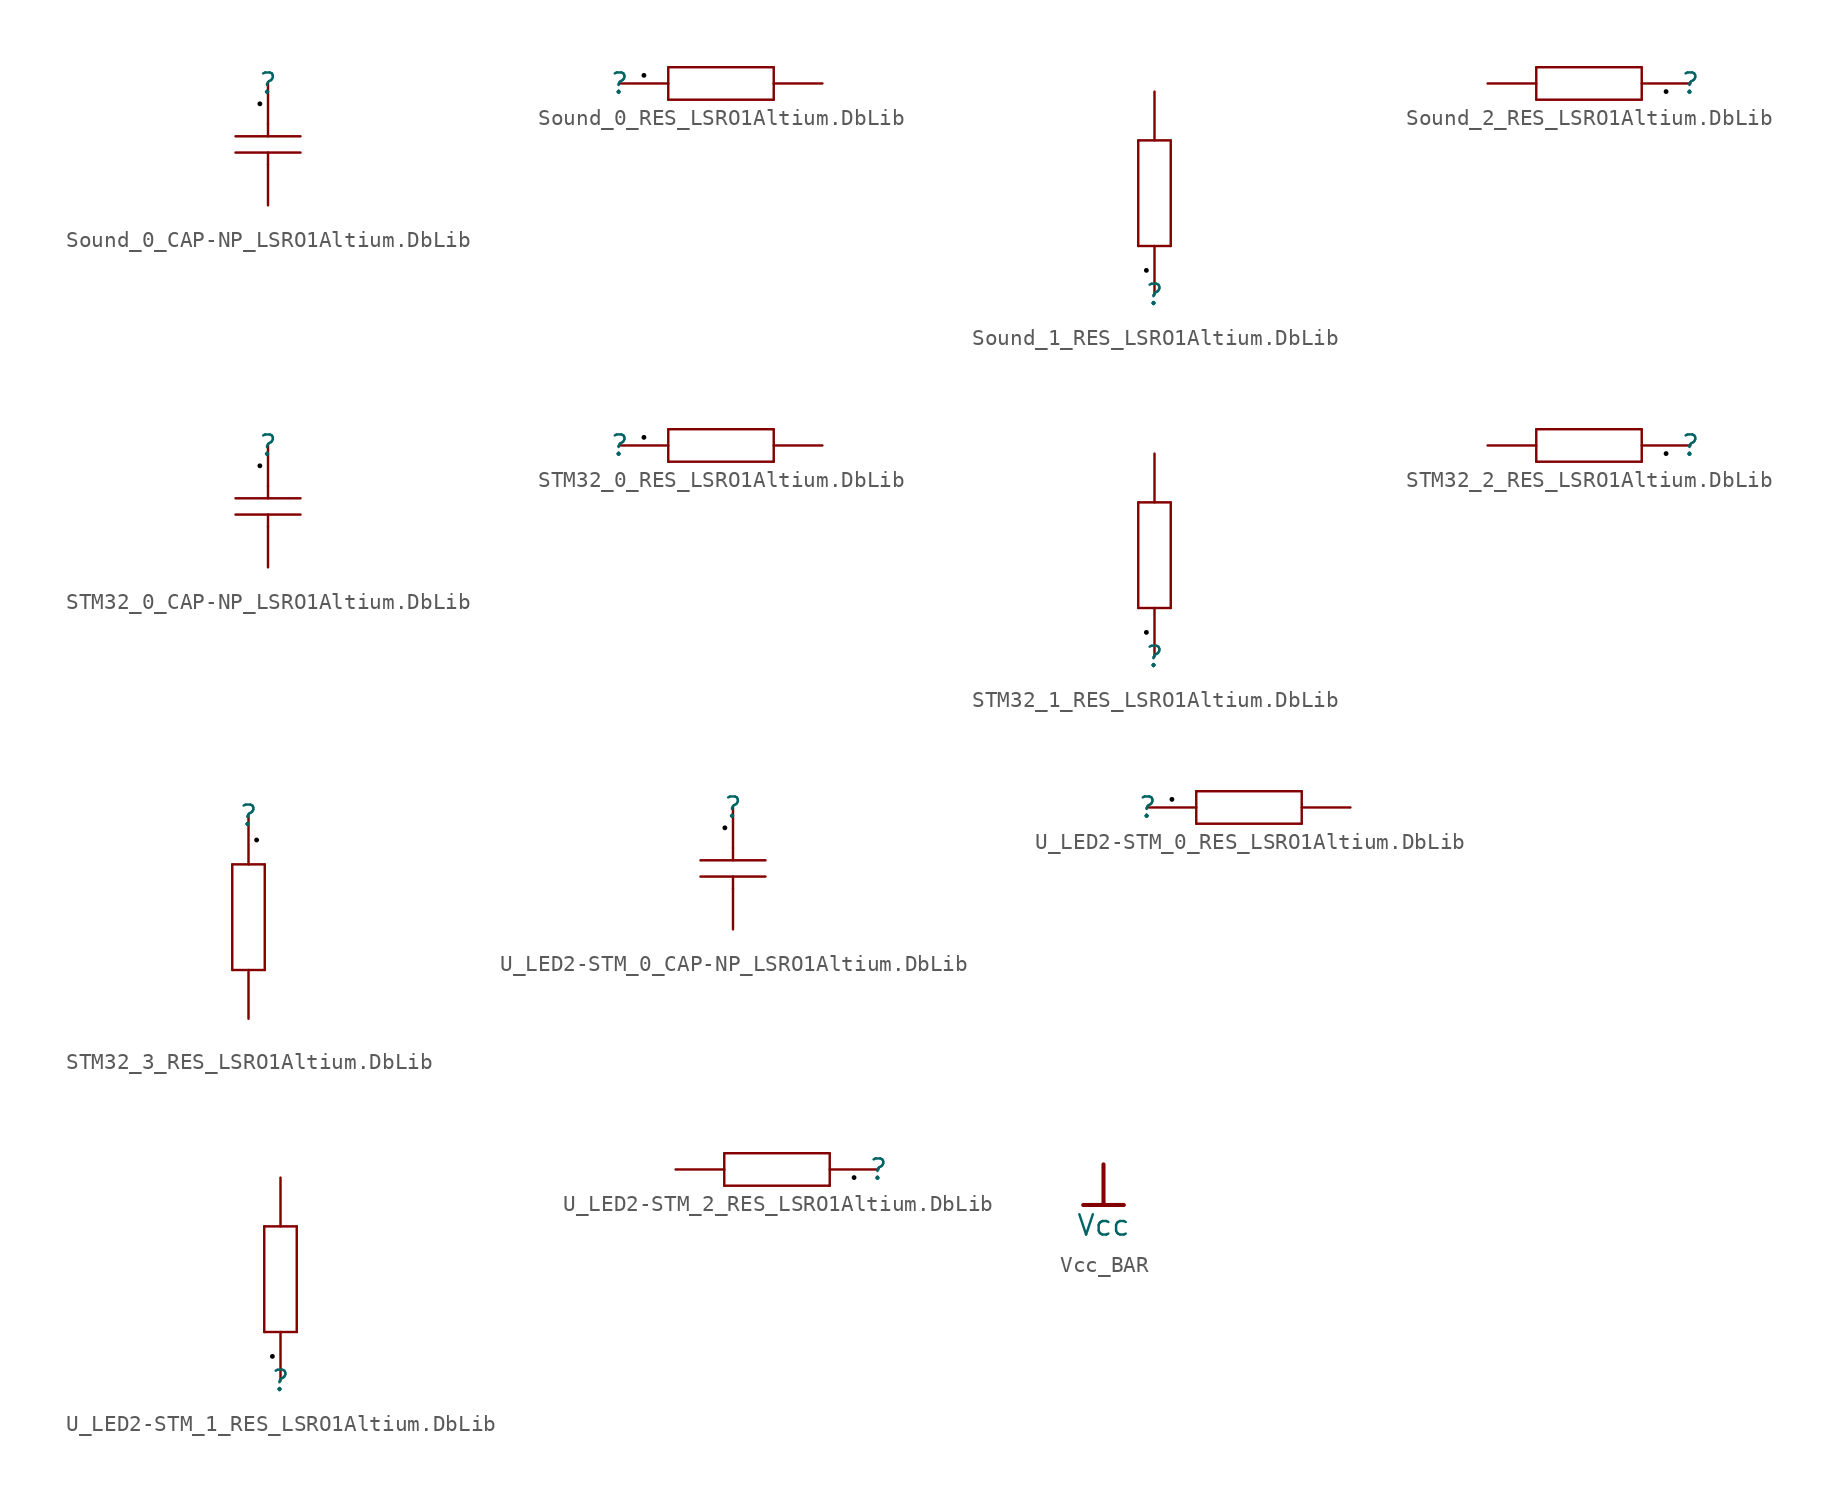
<source format=kicad_sym>
(kicad_symbol_lib
  (version 20241209)
  (generator "kicad_symbol_editor")
  (generator_version "9.0")
  (symbol "Sound_0_CAP-NP_LSRO1Altium.DbLib"
    (pin_numbers
      (hide yes))
    (pin_names
      (hide yes))
    (property "Reference" ""
      (at 0 0 0)
      (effects (font (size 1.27 1.27))))
    (property "Value" ""
      (at 0 0 0)
      (effects (font (size 1.27 1.27))))
    (symbol "Sound_0_CAP-NP_LSRO1Altium.DbLib_1_0"
      (polyline (pts (xy -2.032 -3.302) (xy 2.032 -3.302)) (stroke (width 0) (type solid)) (fill (type none)))
      (circle (center -0.508 -1.27) (radius 0.152) (stroke (width -0.0001) (type solid) (color 0 0 0 1)) (fill (type outline)))
      (polyline (pts (xy 0 -2.54) (xy 0 -3.302)) (stroke (width 0) (type solid)) (fill (type none)))
      (polyline (pts (xy 0 -5.08) (xy 0 -4.318)) (stroke (width 0) (type solid)) (fill (type none)))
      (polyline (pts (xy 2.032 -4.318) (xy -2.032 -4.318)) (stroke (width 0) (type solid)) (fill (type none)))
      (pin passive line (at 0 0 270) (length 2.54) (name "1" (effects (font (size 1.27 1.27)))) (number "1" (effects (font (size 1.27 1.27)))))
      (pin passive line (at 0 -7.62 90) (length 2.54) (name "2" (effects (font (size 1.27 1.27)))) (number "2" (effects (font (size 1.27 1.27)))))))
  (symbol "Sound_0_RES_LSRO1Altium.DbLib"
    (pin_numbers
      (hide yes))
    (pin_names
      (hide yes))
    (property "Reference" ""
      (at 0 0 0)
      (effects (font (size 1.27 1.27))))
    (property "Value" ""
      (at 0 0 0)
      (effects (font (size 1.27 1.27))))
    (symbol "Sound_0_RES_LSRO1Altium.DbLib_1_0"
      (circle (center 1.524 0.508) (radius 0.152) (stroke (width -0.0001) (type solid) (color 0 0 0 1)) (fill (type outline)))
      (polyline (pts (xy 3.048 1.016) (xy 3.048 -1.016)) (stroke (width 0) (type solid)) (fill (type none)))
      (polyline (pts (xy 3.048 1.016) (xy 9.652 1.016)) (stroke (width 0) (type solid)) (fill (type none)))
      (polyline (pts (xy 3.048 -1.016) (xy 9.652 -1.016)) (stroke (width 0) (type solid)) (fill (type none)))
      (polyline (pts (xy 9.652 1.016) (xy 9.652 -1.016)) (stroke (width 0) (type solid)) (fill (type none)))
      (pin passive line (at 0 0 0) (length 3.048) (name "1" (effects (font (size 1.27 1.27)))) (number "1" (effects (font (size 1.27 1.27)))))
      (pin passive line (at 12.7 0 180) (length 3.048) (name "2" (effects (font (size 1.27 1.27)))) (number "2" (effects (font (size 1.27 1.27)))))))
  (symbol "Sound_1_RES_LSRO1Altium.DbLib"
    (pin_numbers
      (hide yes))
    (pin_names
      (hide yes))
    (property "Reference" ""
      (at 0 0 0)
      (effects (font (size 1.27 1.27))))
    (property "Value" ""
      (at 0 0 0)
      (effects (font (size 1.27 1.27))))
    (symbol "Sound_1_RES_LSRO1Altium.DbLib_1_0"
      (polyline (pts (xy -1.016 9.652) (xy 1.016 9.652)) (stroke (width 0) (type solid)) (fill (type none)))
      (polyline (pts (xy -1.016 3.048) (xy -1.016 9.652)) (stroke (width 0) (type solid)) (fill (type none)))
      (polyline (pts (xy -1.016 3.048) (xy 1.016 3.048)) (stroke (width 0) (type solid)) (fill (type none)))
      (circle (center -0.508 1.524) (radius 0.152) (stroke (width -0.0001) (type solid) (color 0 0 0 1)) (fill (type outline)))
      (polyline (pts (xy 1.016 3.048) (xy 1.016 9.652)) (stroke (width 0) (type solid)) (fill (type none)))
      (pin passive line (at 0 12.7 270) (length 3.048) (name "2" (effects (font (size 1.27 1.27)))) (number "2" (effects (font (size 1.27 1.27)))))
      (pin passive line (at 0 0 90) (length 3.048) (name "1" (effects (font (size 1.27 1.27)))) (number "1" (effects (font (size 1.27 1.27)))))))
  (symbol "Sound_2_RES_LSRO1Altium.DbLib"
    (pin_numbers
      (hide yes))
    (pin_names
      (hide yes))
    (property "Reference" ""
      (at 0 0 0)
      (effects (font (size 1.27 1.27))))
    (property "Value" ""
      (at 0 0 0)
      (effects (font (size 1.27 1.27))))
    (symbol "Sound_2_RES_LSRO1Altium.DbLib_1_0"
      (polyline (pts (xy -9.652 -1.016) (xy -9.652 1.016)) (stroke (width 0) (type solid)) (fill (type none)))
      (polyline (pts (xy -3.048 1.016) (xy -9.652 1.016)) (stroke (width 0) (type solid)) (fill (type none)))
      (polyline (pts (xy -3.048 -1.016) (xy -9.652 -1.016)) (stroke (width 0) (type solid)) (fill (type none)))
      (polyline (pts (xy -3.048 -1.016) (xy -3.048 1.016)) (stroke (width 0) (type solid)) (fill (type none)))
      (circle (center -1.524 -0.508) (radius 0.152) (stroke (width -0.0001) (type solid) (color 0 0 0 1)) (fill (type outline)))
      (pin passive line (at -12.7 0 0) (length 3.048) (name "2" (effects (font (size 1.27 1.27)))) (number "2" (effects (font (size 1.27 1.27)))))
      (pin passive line (at 0 0 180) (length 3.048) (name "1" (effects (font (size 1.27 1.27)))) (number "1" (effects (font (size 1.27 1.27)))))))
  (symbol "STM32_0_CAP-NP_LSRO1Altium.DbLib"
    (pin_numbers
      (hide yes))
    (pin_names
      (hide yes))
    (property "Reference" ""
      (at 0 0 0)
      (effects (font (size 1.27 1.27))))
    (property "Value" ""
      (at 0 0 0)
      (effects (font (size 1.27 1.27))))
    (symbol "STM32_0_CAP-NP_LSRO1Altium.DbLib_1_0"
      (polyline (pts (xy -2.032 -3.302) (xy 2.032 -3.302)) (stroke (width 0) (type solid)) (fill (type none)))
      (circle (center -0.508 -1.27) (radius 0.152) (stroke (width -0.0001) (type solid) (color 0 0 0 1)) (fill (type outline)))
      (polyline (pts (xy 0 -2.54) (xy 0 -3.302)) (stroke (width 0) (type solid)) (fill (type none)))
      (polyline (pts (xy 0 -5.08) (xy 0 -4.318)) (stroke (width 0) (type solid)) (fill (type none)))
      (polyline (pts (xy 2.032 -4.318) (xy -2.032 -4.318)) (stroke (width 0) (type solid)) (fill (type none)))
      (pin passive line (at 0 0 270) (length 2.54) (name "1" (effects (font (size 1.27 1.27)))) (number "1" (effects (font (size 1.27 1.27)))))
      (pin passive line (at 0 -7.62 90) (length 2.54) (name "2" (effects (font (size 1.27 1.27)))) (number "2" (effects (font (size 1.27 1.27)))))))
  (symbol "STM32_0_RES_LSRO1Altium.DbLib"
    (pin_numbers
      (hide yes))
    (pin_names
      (hide yes))
    (property "Reference" ""
      (at 0 0 0)
      (effects (font (size 1.27 1.27))))
    (property "Value" ""
      (at 0 0 0)
      (effects (font (size 1.27 1.27))))
    (symbol "STM32_0_RES_LSRO1Altium.DbLib_1_0"
      (circle (center 1.524 0.508) (radius 0.152) (stroke (width -0.0001) (type solid) (color 0 0 0 1)) (fill (type outline)))
      (polyline (pts (xy 3.048 1.016) (xy 3.048 -1.016)) (stroke (width 0) (type solid)) (fill (type none)))
      (polyline (pts (xy 3.048 1.016) (xy 9.652 1.016)) (stroke (width 0) (type solid)) (fill (type none)))
      (polyline (pts (xy 3.048 -1.016) (xy 9.652 -1.016)) (stroke (width 0) (type solid)) (fill (type none)))
      (polyline (pts (xy 9.652 1.016) (xy 9.652 -1.016)) (stroke (width 0) (type solid)) (fill (type none)))
      (pin passive line (at 0 0 0) (length 3.048) (name "1" (effects (font (size 1.27 1.27)))) (number "1" (effects (font (size 1.27 1.27)))))
      (pin passive line (at 12.7 0 180) (length 3.048) (name "2" (effects (font (size 1.27 1.27)))) (number "2" (effects (font (size 1.27 1.27)))))))
  (symbol "STM32_1_RES_LSRO1Altium.DbLib"
    (pin_numbers
      (hide yes))
    (pin_names
      (hide yes))
    (property "Reference" ""
      (at 0 0 0)
      (effects (font (size 1.27 1.27))))
    (property "Value" ""
      (at 0 0 0)
      (effects (font (size 1.27 1.27))))
    (symbol "STM32_1_RES_LSRO1Altium.DbLib_1_0"
      (polyline (pts (xy -1.016 9.652) (xy 1.016 9.652)) (stroke (width 0) (type solid)) (fill (type none)))
      (polyline (pts (xy -1.016 3.048) (xy -1.016 9.652)) (stroke (width 0) (type solid)) (fill (type none)))
      (polyline (pts (xy -1.016 3.048) (xy 1.016 3.048)) (stroke (width 0) (type solid)) (fill (type none)))
      (circle (center -0.508 1.524) (radius 0.152) (stroke (width -0.0001) (type solid) (color 0 0 0 1)) (fill (type outline)))
      (polyline (pts (xy 1.016 3.048) (xy 1.016 9.652)) (stroke (width 0) (type solid)) (fill (type none)))
      (pin passive line (at 0 12.7 270) (length 3.048) (name "2" (effects (font (size 1.27 1.27)))) (number "2" (effects (font (size 1.27 1.27)))))
      (pin passive line (at 0 0 90) (length 3.048) (name "1" (effects (font (size 1.27 1.27)))) (number "1" (effects (font (size 1.27 1.27)))))))
  (symbol "STM32_2_RES_LSRO1Altium.DbLib"
    (pin_numbers
      (hide yes))
    (pin_names
      (hide yes))
    (property "Reference" ""
      (at 0 0 0)
      (effects (font (size 1.27 1.27))))
    (property "Value" ""
      (at 0 0 0)
      (effects (font (size 1.27 1.27))))
    (symbol "STM32_2_RES_LSRO1Altium.DbLib_1_0"
      (polyline (pts (xy -9.652 -1.016) (xy -9.652 1.016)) (stroke (width 0) (type solid)) (fill (type none)))
      (polyline (pts (xy -3.048 1.016) (xy -9.652 1.016)) (stroke (width 0) (type solid)) (fill (type none)))
      (polyline (pts (xy -3.048 -1.016) (xy -9.652 -1.016)) (stroke (width 0) (type solid)) (fill (type none)))
      (polyline (pts (xy -3.048 -1.016) (xy -3.048 1.016)) (stroke (width 0) (type solid)) (fill (type none)))
      (circle (center -1.524 -0.508) (radius 0.152) (stroke (width -0.0001) (type solid) (color 0 0 0 1)) (fill (type outline)))
      (pin passive line (at -12.7 0 0) (length 3.048) (name "2" (effects (font (size 1.27 1.27)))) (number "2" (effects (font (size 1.27 1.27)))))
      (pin passive line (at 0 0 180) (length 3.048) (name "1" (effects (font (size 1.27 1.27)))) (number "1" (effects (font (size 1.27 1.27)))))))
  (symbol "STM32_3_RES_LSRO1Altium.DbLib"
    (pin_numbers
      (hide yes))
    (pin_names
      (hide yes))
    (property "Reference" ""
      (at 0 0 0)
      (effects (font (size 1.27 1.27))))
    (property "Value" ""
      (at 0 0 0)
      (effects (font (size 1.27 1.27))))
    (symbol "STM32_3_RES_LSRO1Altium.DbLib_1_0"
      (polyline (pts (xy -1.016 -3.048) (xy -1.016 -9.652)) (stroke (width 0) (type solid)) (fill (type none)))
      (circle (center 0.508 -1.524) (radius 0.152) (stroke (width -0.0001) (type solid) (color 0 0 0 1)) (fill (type outline)))
      (polyline (pts (xy 1.016 -3.048) (xy -1.016 -3.048)) (stroke (width 0) (type solid)) (fill (type none)))
      (polyline (pts (xy 1.016 -3.048) (xy 1.016 -9.652)) (stroke (width 0) (type solid)) (fill (type none)))
      (polyline (pts (xy 1.016 -9.652) (xy -1.016 -9.652)) (stroke (width 0) (type solid)) (fill (type none)))
      (pin passive line (at 0 0 270) (length 3.048) (name "1" (effects (font (size 1.27 1.27)))) (number "1" (effects (font (size 1.27 1.27)))))
      (pin passive line (at 0 -12.7 90) (length 3.048) (name "2" (effects (font (size 1.27 1.27)))) (number "2" (effects (font (size 1.27 1.27)))))))
  (symbol "U_LED2-STM_0_CAP-NP_LSRO1Altium.DbLib"
    (pin_numbers
      (hide yes))
    (pin_names
      (hide yes))
    (property "Reference" ""
      (at 0 0 0)
      (effects (font (size 1.27 1.27))))
    (property "Value" ""
      (at 0 0 0)
      (effects (font (size 1.27 1.27))))
    (symbol "U_LED2-STM_0_CAP-NP_LSRO1Altium.DbLib_1_0"
      (polyline (pts (xy -2.032 -3.302) (xy 2.032 -3.302)) (stroke (width 0) (type solid)) (fill (type none)))
      (circle (center -0.508 -1.27) (radius 0.152) (stroke (width -0.0001) (type solid) (color 0 0 0 1)) (fill (type outline)))
      (polyline (pts (xy 0 -2.54) (xy 0 -3.302)) (stroke (width 0) (type solid)) (fill (type none)))
      (polyline (pts (xy 0 -5.08) (xy 0 -4.318)) (stroke (width 0) (type solid)) (fill (type none)))
      (polyline (pts (xy 2.032 -4.318) (xy -2.032 -4.318)) (stroke (width 0) (type solid)) (fill (type none)))
      (pin passive line (at 0 0 270) (length 2.54) (name "1" (effects (font (size 1.27 1.27)))) (number "1" (effects (font (size 1.27 1.27)))))
      (pin passive line (at 0 -7.62 90) (length 2.54) (name "2" (effects (font (size 1.27 1.27)))) (number "2" (effects (font (size 1.27 1.27)))))))
  (symbol "U_LED2-STM_0_RES_LSRO1Altium.DbLib"
    (pin_numbers
      (hide yes))
    (pin_names
      (hide yes))
    (property "Reference" ""
      (at 0 0 0)
      (effects (font (size 1.27 1.27))))
    (property "Value" ""
      (at 0 0 0)
      (effects (font (size 1.27 1.27))))
    (symbol "U_LED2-STM_0_RES_LSRO1Altium.DbLib_1_0"
      (circle (center 1.524 0.508) (radius 0.152) (stroke (width -0.0001) (type solid) (color 0 0 0 1)) (fill (type outline)))
      (polyline (pts (xy 3.048 1.016) (xy 3.048 -1.016)) (stroke (width 0) (type solid)) (fill (type none)))
      (polyline (pts (xy 3.048 1.016) (xy 9.652 1.016)) (stroke (width 0) (type solid)) (fill (type none)))
      (polyline (pts (xy 3.048 -1.016) (xy 9.652 -1.016)) (stroke (width 0) (type solid)) (fill (type none)))
      (polyline (pts (xy 9.652 1.016) (xy 9.652 -1.016)) (stroke (width 0) (type solid)) (fill (type none)))
      (pin passive line (at 0 0 0) (length 3.048) (name "1" (effects (font (size 1.27 1.27)))) (number "1" (effects (font (size 1.27 1.27)))))
      (pin passive line (at 12.7 0 180) (length 3.048) (name "2" (effects (font (size 1.27 1.27)))) (number "2" (effects (font (size 1.27 1.27)))))))
  (symbol "U_LED2-STM_1_RES_LSRO1Altium.DbLib"
    (pin_numbers
      (hide yes))
    (pin_names
      (hide yes))
    (property "Reference" ""
      (at 0 0 0)
      (effects (font (size 1.27 1.27))))
    (property "Value" ""
      (at 0 0 0)
      (effects (font (size 1.27 1.27))))
    (symbol "U_LED2-STM_1_RES_LSRO1Altium.DbLib_1_0"
      (polyline (pts (xy -1.016 9.652) (xy 1.016 9.652)) (stroke (width 0) (type solid)) (fill (type none)))
      (polyline (pts (xy -1.016 3.048) (xy -1.016 9.652)) (stroke (width 0) (type solid)) (fill (type none)))
      (polyline (pts (xy -1.016 3.048) (xy 1.016 3.048)) (stroke (width 0) (type solid)) (fill (type none)))
      (circle (center -0.508 1.524) (radius 0.152) (stroke (width -0.0001) (type solid) (color 0 0 0 1)) (fill (type outline)))
      (polyline (pts (xy 1.016 3.048) (xy 1.016 9.652)) (stroke (width 0) (type solid)) (fill (type none)))
      (pin passive line (at 0 12.7 270) (length 3.048) (name "2" (effects (font (size 1.27 1.27)))) (number "2" (effects (font (size 1.27 1.27)))))
      (pin passive line (at 0 0 90) (length 3.048) (name "1" (effects (font (size 1.27 1.27)))) (number "1" (effects (font (size 1.27 1.27)))))))
  (symbol "U_LED2-STM_2_RES_LSRO1Altium.DbLib"
    (pin_numbers
      (hide yes))
    (pin_names
      (hide yes))
    (property "Reference" ""
      (at 0 0 0)
      (effects (font (size 1.27 1.27))))
    (property "Value" ""
      (at 0 0 0)
      (effects (font (size 1.27 1.27))))
    (symbol "U_LED2-STM_2_RES_LSRO1Altium.DbLib_1_0"
      (polyline (pts (xy -9.652 -1.016) (xy -9.652 1.016)) (stroke (width 0) (type solid)) (fill (type none)))
      (polyline (pts (xy -3.048 1.016) (xy -9.652 1.016)) (stroke (width 0) (type solid)) (fill (type none)))
      (polyline (pts (xy -3.048 -1.016) (xy -9.652 -1.016)) (stroke (width 0) (type solid)) (fill (type none)))
      (polyline (pts (xy -3.048 -1.016) (xy -3.048 1.016)) (stroke (width 0) (type solid)) (fill (type none)))
      (circle (center -1.524 -0.508) (radius 0.152) (stroke (width -0.0001) (type solid) (color 0 0 0 1)) (fill (type outline)))
      (pin passive line (at -12.7 0 0) (length 3.048) (name "2" (effects (font (size 1.27 1.27)))) (number "2" (effects (font (size 1.27 1.27)))))
      (pin passive line (at 0 0 180) (length 3.048) (name "1" (effects (font (size 1.27 1.27)))) (number "1" (effects (font (size 1.27 1.27)))))))
  (symbol "Vcc_BAR"
    (power)
    (property "Reference" "#PWR"
      (at 0 0 0)
      (effects (font (size 1.27 1.27)) (hide yes)))
    (property "Value" "Vcc"
      (at 0 -3.81 0)
      (effects (font (size 1.27 1.27))))
    (symbol "Vcc_BAR_0_0"
      (polyline (pts (xy -1.27 -2.54) (xy 1.27 -2.54)) (stroke (width 0.254) (type solid)) (fill (type none)))
      (polyline (pts (xy 0 0) (xy 0 -2.54)) (stroke (width 0.254) (type solid)) (fill (type none)))
      (pin power_in line (at 0 0 0) (length 0) (hide yes) (name "Vcc" (effects (font (size 1.27 1.27)))) (number "" (effects (font (size 1.27 1.27))))))))
</source>
